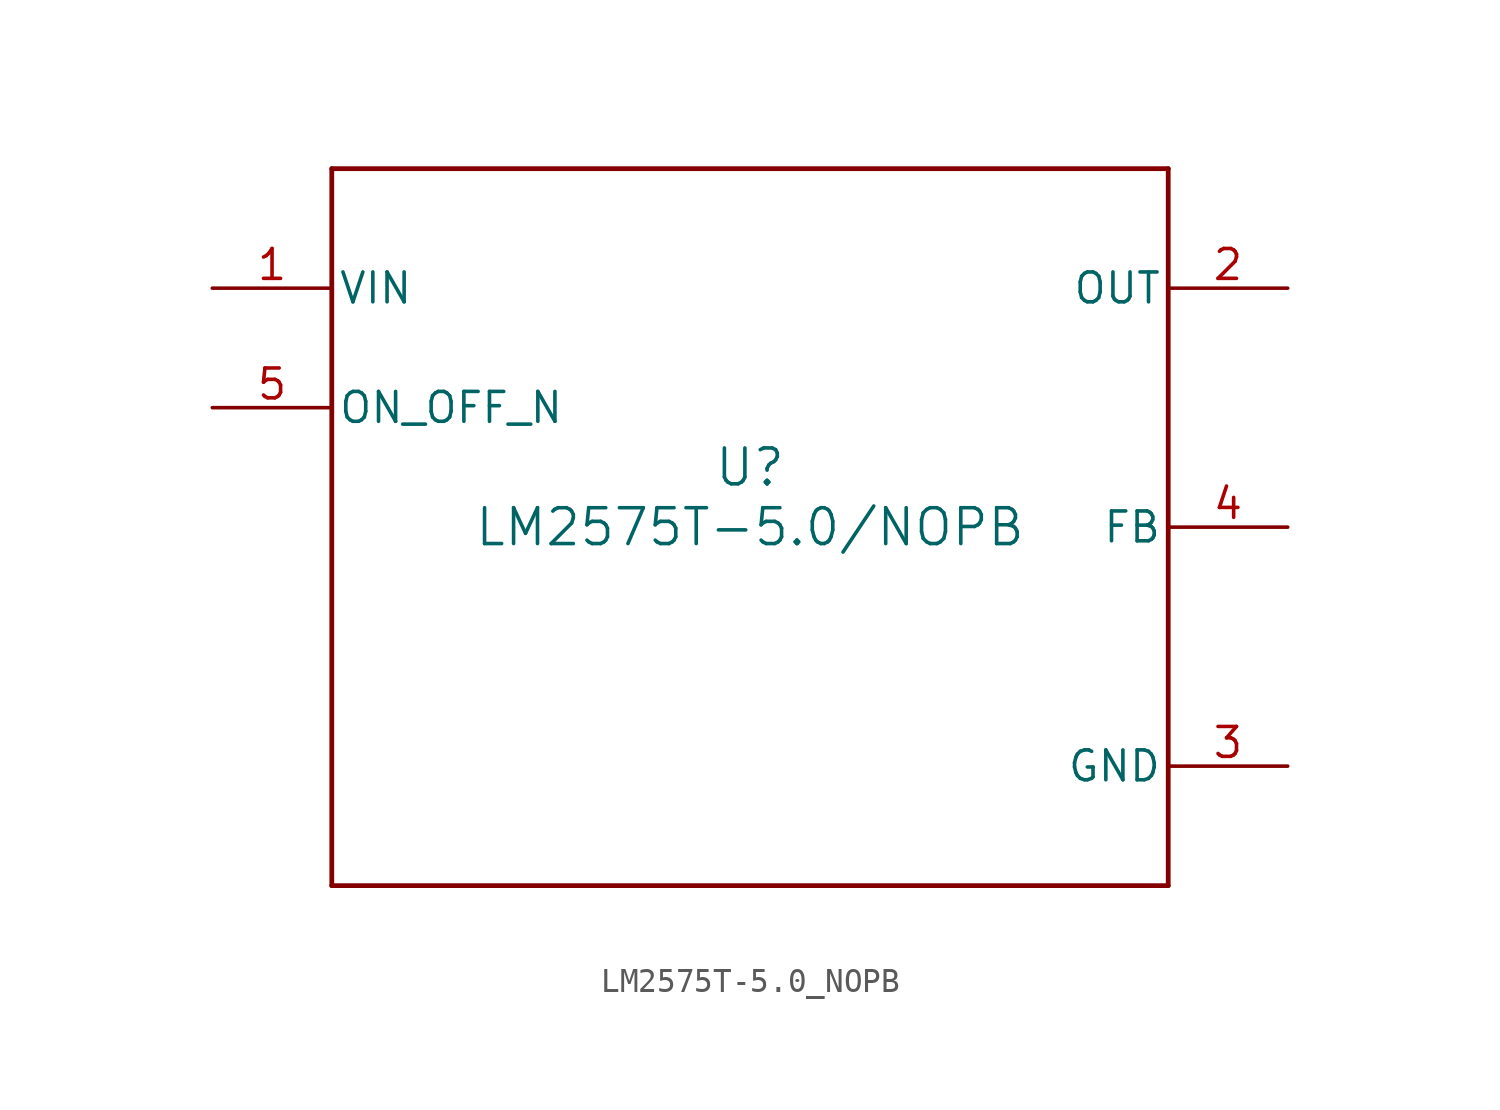
<source format=kicad_sym>
(kicad_symbol_lib
  (version 20211014)
  (generator kicad_symbol_editor)
  (symbol "LM2575T-5.0_NOPB"
    (pin_names
      (offset 0.254))
    (property "Reference" "U"
      (at 0 2.54 0)
      (effects (font (size 1.524 1.524))))
    (property "Value" "LM2575T-5.0/NOPB"
      (at 0 0 0)
      (effects (font (size 1.524 1.524))))
    (symbol "LM2575T-5.0_NOPB_0_1"
      (polyline (pts (xy -17.78 -15.24) (xy 17.78 -15.24)) (stroke (width 0.203) (type default) (color 0 0 0 0)) (fill (type none)))
      (polyline (pts (xy 17.78 -15.24) (xy 17.78 15.24)) (stroke (width 0.203) (type default) (color 0 0 0 0)) (fill (type none)))
      (polyline (pts (xy 17.78 15.24) (xy -17.78 15.24)) (stroke (width 0.203) (type default) (color 0 0 0 0)) (fill (type none)))
      (polyline (pts (xy -17.78 15.24) (xy -17.78 -15.24)) (stroke (width 0.203) (type default) (color 0 0 0 0)) (fill (type none)))
      (pin power_in line (at -22.86 10.16 0) (length 5.08) (name "VIN" (effects (font (size 1.27 1.27)))) (number "1" (effects (font (size 1.27 1.27)))))
      (pin output line (at 22.86 10.16 180) (length 5.08) (name "OUT" (effects (font (size 1.27 1.27)))) (number "2" (effects (font (size 1.27 1.27)))))
      (pin power_in line (at 22.86 -10.16 180) (length 5.08) (name "GND" (effects (font (size 1.27 1.27)))) (number "3" (effects (font (size 1.27 1.27)))))
      (pin input line (at 22.86 0 180) (length 5.08) (name "FB" (effects (font (size 1.27 1.27)))) (number "4" (effects (font (size 1.27 1.27)))))
      (pin input line (at -22.86 5.08 0) (length 5.08) (name "ON_OFF_N" (effects (font (size 1.27 1.27)))) (number "5" (effects (font (size 1.27 1.27))))))))
</source>
